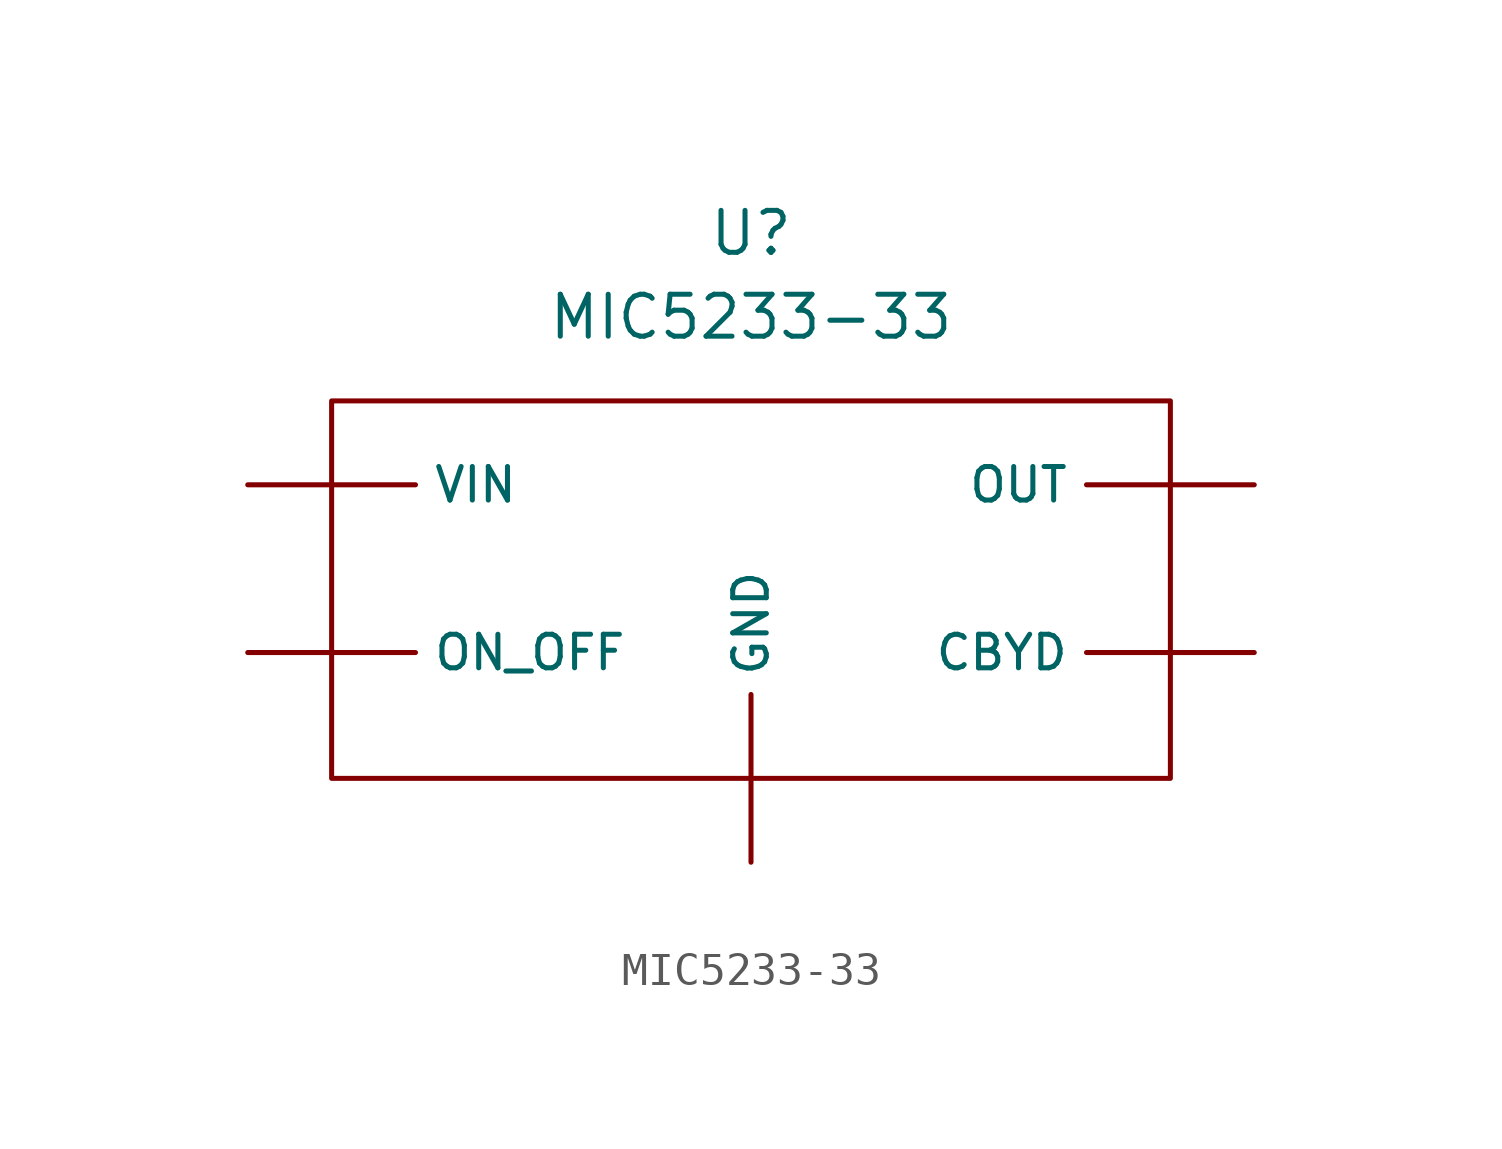
<source format=kicad_sym>
(kicad_symbol_lib
  (version 20211014)
  (generator kicad_symbol_editor)
  (symbol "MIC5233-33"
    (property "Reference" "U"
      (at 0 11.43 0)
      (effects (font (size 1.27 1.27))))
    (property "Value" "MIC5233-33"
      (at 0 8.89 0)
      (effects (font (size 1.27 1.27))))
    (symbol "MIC5233-33_0_0"
      (pin bidirectional line (at 15.24 -1.27 180) (length 5.08) (name "CBYD" (effects (font (size 1.016 1.016)))) (number "" (effects (font (size 1.016 1.016)))))
      (pin bidirectional line (at 0 -7.62 90) (length 5.08) (name "GND" (effects (font (size 1.016 1.016)))) (number "" (effects (font (size 1.016 1.016)))))
      (pin bidirectional line (at -15.24 -1.27 0) (length 5.08) (name "ON_OFF" (effects (font (size 1.016 1.016)))) (number "" (effects (font (size 1.016 1.016)))))
      (pin bidirectional line (at 15.24 3.81 180) (length 5.08) (name "OUT" (effects (font (size 1.016 1.016)))) (number "" (effects (font (size 1.016 1.016)))))
      (pin bidirectional line (at -15.24 3.81 0) (length 5.08) (name "VIN" (effects (font (size 1.016 1.016)))) (number "" (effects (font (size 1.016 1.016))))))
    (symbol "MIC5233-33_0_1"
      (rectangle (start -12.7 6.35) (end 12.7 -5.08) (stroke (width 0) (type default) (color 0 0 0 0)) (fill (type none))))))
</source>
